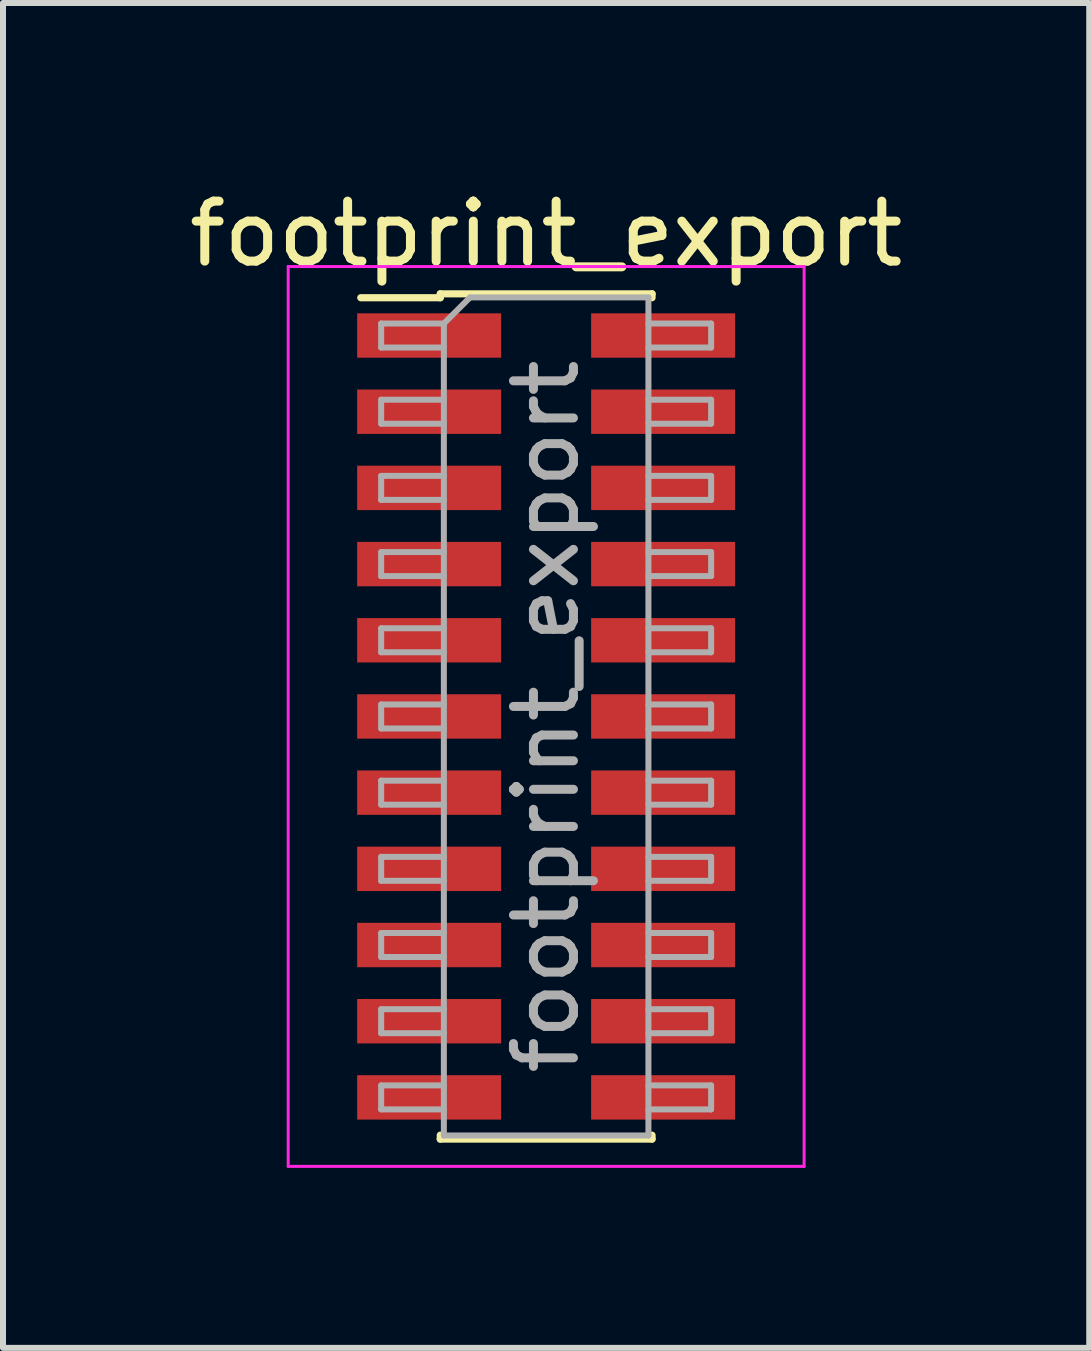
<source format=kicad_pcb>
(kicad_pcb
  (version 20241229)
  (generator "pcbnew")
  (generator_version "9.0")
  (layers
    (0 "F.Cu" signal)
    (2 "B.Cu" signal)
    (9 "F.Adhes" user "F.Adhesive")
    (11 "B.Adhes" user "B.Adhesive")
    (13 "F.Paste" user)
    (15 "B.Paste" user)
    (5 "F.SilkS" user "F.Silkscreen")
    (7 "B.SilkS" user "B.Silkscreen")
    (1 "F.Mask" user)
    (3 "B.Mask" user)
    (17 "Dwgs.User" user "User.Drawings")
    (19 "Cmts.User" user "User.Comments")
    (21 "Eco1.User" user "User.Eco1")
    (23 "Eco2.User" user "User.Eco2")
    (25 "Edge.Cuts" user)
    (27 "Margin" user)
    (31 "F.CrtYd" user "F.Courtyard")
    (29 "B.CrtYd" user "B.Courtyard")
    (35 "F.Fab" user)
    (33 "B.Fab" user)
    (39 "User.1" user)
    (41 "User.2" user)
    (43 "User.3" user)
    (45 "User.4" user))
  (footprint "footprint_export"
    (layer "F.Cu")
    (at 6.054 8.893)
    (property "Reference" "footprint_export" (at 0 -8.045 0) (layer "F.SilkS") (effects (font (size 1 1) (thickness 0.15))))
    (attr smd)
    (fp_line (start -3.09 -6.98) (end -1.765 -6.98) (stroke (width 0.12) (type solid)) (layer "F.SilkS"))
    (fp_line (start -1.765 -7.045) (end -1.765 -6.98) (stroke (width 0.12) (type solid)) (layer "F.SilkS"))
    (fp_line (start -1.765 -7.045) (end 1.765 -7.045) (stroke (width 0.12) (type solid)) (layer "F.SilkS"))
    (fp_line (start -1.765 6.98) (end -1.765 7.045) (stroke (width 0.12) (type solid)) (layer "F.SilkS"))
    (fp_line (start -1.765 7.045) (end 1.765 7.045) (stroke (width 0.12) (type solid)) (layer "F.SilkS"))
    (fp_line (start 1.765 -7.045) (end 1.765 -6.98) (stroke (width 0.12) (type solid)) (layer "F.SilkS"))
    (fp_line (start 1.765 6.98) (end 1.765 7.045) (stroke (width 0.12) (type solid)) (layer "F.SilkS"))
    (fp_line (start -4.3 -7.5) (end -4.3 7.5) (stroke (width 0.05) (type solid)) (layer "F.CrtYd"))
    (fp_line (start -4.3 7.5) (end 4.3 7.5) (stroke (width 0.05) (type solid)) (layer "F.CrtYd"))
    (fp_line (start 4.3 -7.5) (end -4.3 -7.5) (stroke (width 0.05) (type solid)) (layer "F.CrtYd"))
    (fp_line (start 4.3 7.5) (end 4.3 -7.5) (stroke (width 0.05) (type solid)) (layer "F.CrtYd"))
    (fp_line (start -2.75 -6.55) (end -2.75 -6.15) (stroke (width 0.1) (type solid)) (layer "F.Fab"))
    (fp_line (start -2.75 -6.15) (end -1.705 -6.15) (stroke (width 0.1) (type solid)) (layer "F.Fab"))
    (fp_line (start -2.75 -5.28) (end -2.75 -4.88) (stroke (width 0.1) (type solid)) (layer "F.Fab"))
    (fp_line (start -2.75 -4.88) (end -1.705 -4.88) (stroke (width 0.1) (type solid)) (layer "F.Fab"))
    (fp_line (start -2.75 -4.01) (end -2.75 -3.61) (stroke (width 0.1) (type solid)) (layer "F.Fab"))
    (fp_line (start -2.75 -3.61) (end -1.705 -3.61) (stroke (width 0.1) (type solid)) (layer "F.Fab"))
    (fp_line (start -2.75 -2.74) (end -2.75 -2.34) (stroke (width 0.1) (type solid)) (layer "F.Fab"))
    (fp_line (start -2.75 -2.34) (end -1.705 -2.34) (stroke (width 0.1) (type solid)) (layer "F.Fab"))
    (fp_line (start -2.75 -1.47) (end -2.75 -1.07) (stroke (width 0.1) (type solid)) (layer "F.Fab"))
    (fp_line (start -2.75 -1.07) (end -1.705 -1.07) (stroke (width 0.1) (type solid)) (layer "F.Fab"))
    (fp_line (start -2.75 -0.2) (end -2.75 0.2) (stroke (width 0.1) (type solid)) (layer "F.Fab"))
    (fp_line (start -2.75 0.2) (end -1.705 0.2) (stroke (width 0.1) (type solid)) (layer "F.Fab"))
    (fp_line (start -2.75 1.07) (end -2.75 1.47) (stroke (width 0.1) (type solid)) (layer "F.Fab"))
    (fp_line (start -2.75 1.47) (end -1.705 1.47) (stroke (width 0.1) (type solid)) (layer "F.Fab"))
    (fp_line (start -2.75 2.34) (end -2.75 2.74) (stroke (width 0.1) (type solid)) (layer "F.Fab"))
    (fp_line (start -2.75 2.74) (end -1.705 2.74) (stroke (width 0.1) (type solid)) (layer "F.Fab"))
    (fp_line (start -2.75 3.61) (end -2.75 4.01) (stroke (width 0.1) (type solid)) (layer "F.Fab"))
    (fp_line (start -2.75 4.01) (end -1.705 4.01) (stroke (width 0.1) (type solid)) (layer "F.Fab"))
    (fp_line (start -2.75 4.88) (end -2.75 5.28) (stroke (width 0.1) (type solid)) (layer "F.Fab"))
    (fp_line (start -2.75 5.28) (end -1.705 5.28) (stroke (width 0.1) (type solid)) (layer "F.Fab"))
    (fp_line (start -2.75 6.15) (end -2.75 6.55) (stroke (width 0.1) (type solid)) (layer "F.Fab"))
    (fp_line (start -2.75 6.55) (end -1.705 6.55) (stroke (width 0.1) (type solid)) (layer "F.Fab"))
    (fp_line (start -1.705 -6.55) (end -2.75 -6.55) (stroke (width 0.1) (type solid)) (layer "F.Fab"))
    (fp_line (start -1.705 -6.55) (end -1.27 -6.985) (stroke (width 0.1) (type solid)) (layer "F.Fab"))
    (fp_line (start -1.705 -5.28) (end -2.75 -5.28) (stroke (width 0.1) (type solid)) (layer "F.Fab"))
    (fp_line (start -1.705 -4.01) (end -2.75 -4.01) (stroke (width 0.1) (type solid)) (layer "F.Fab"))
    (fp_line (start -1.705 -2.74) (end -2.75 -2.74) (stroke (width 0.1) (type solid)) (layer "F.Fab"))
    (fp_line (start -1.705 -1.47) (end -2.75 -1.47) (stroke (width 0.1) (type solid)) (layer "F.Fab"))
    (fp_line (start -1.705 -0.2) (end -2.75 -0.2) (stroke (width 0.1) (type solid)) (layer "F.Fab"))
    (fp_line (start -1.705 1.07) (end -2.75 1.07) (stroke (width 0.1) (type solid)) (layer "F.Fab"))
    (fp_line (start -1.705 2.34) (end -2.75 2.34) (stroke (width 0.1) (type solid)) (layer "F.Fab"))
    (fp_line (start -1.705 3.61) (end -2.75 3.61) (stroke (width 0.1) (type solid)) (layer "F.Fab"))
    (fp_line (start -1.705 4.88) (end -2.75 4.88) (stroke (width 0.1) (type solid)) (layer "F.Fab"))
    (fp_line (start -1.705 6.15) (end -2.75 6.15) (stroke (width 0.1) (type solid)) (layer "F.Fab"))
    (fp_line (start -1.705 6.985) (end -1.705 -6.55) (stroke (width 0.1) (type solid)) (layer "F.Fab"))
    (fp_line (start -1.27 -6.985) (end 1.705 -6.985) (stroke (width 0.1) (type solid)) (layer "F.Fab"))
    (fp_line (start 1.705 -6.985) (end 1.705 6.985) (stroke (width 0.1) (type solid)) (layer "F.Fab"))
    (fp_line (start 1.705 -6.55) (end 2.75 -6.55) (stroke (width 0.1) (type solid)) (layer "F.Fab"))
    (fp_line (start 1.705 -5.28) (end 2.75 -5.28) (stroke (width 0.1) (type solid)) (layer "F.Fab"))
    (fp_line (start 1.705 -4.01) (end 2.75 -4.01) (stroke (width 0.1) (type solid)) (layer "F.Fab"))
    (fp_line (start 1.705 -2.74) (end 2.75 -2.74) (stroke (width 0.1) (type solid)) (layer "F.Fab"))
    (fp_line (start 1.705 -1.47) (end 2.75 -1.47) (stroke (width 0.1) (type solid)) (layer "F.Fab"))
    (fp_line (start 1.705 -0.2) (end 2.75 -0.2) (stroke (width 0.1) (type solid)) (layer "F.Fab"))
    (fp_line (start 1.705 1.07) (end 2.75 1.07) (stroke (width 0.1) (type solid)) (layer "F.Fab"))
    (fp_line (start 1.705 2.34) (end 2.75 2.34) (stroke (width 0.1) (type solid)) (layer "F.Fab"))
    (fp_line (start 1.705 3.61) (end 2.75 3.61) (stroke (width 0.1) (type solid)) (layer "F.Fab"))
    (fp_line (start 1.705 4.88) (end 2.75 4.88) (stroke (width 0.1) (type solid)) (layer "F.Fab"))
    (fp_line (start 1.705 6.15) (end 2.75 6.15) (stroke (width 0.1) (type solid)) (layer "F.Fab"))
    (fp_line (start 1.705 6.985) (end -1.705 6.985) (stroke (width 0.1) (type solid)) (layer "F.Fab"))
    (fp_line (start 2.75 -6.55) (end 2.75 -6.15) (stroke (width 0.1) (type solid)) (layer "F.Fab"))
    (fp_line (start 2.75 -6.15) (end 1.705 -6.15) (stroke (width 0.1) (type solid)) (layer "F.Fab"))
    (fp_line (start 2.75 -5.28) (end 2.75 -4.88) (stroke (width 0.1) (type solid)) (layer "F.Fab"))
    (fp_line (start 2.75 -4.88) (end 1.705 -4.88) (stroke (width 0.1) (type solid)) (layer "F.Fab"))
    (fp_line (start 2.75 -4.01) (end 2.75 -3.61) (stroke (width 0.1) (type solid)) (layer "F.Fab"))
    (fp_line (start 2.75 -3.61) (end 1.705 -3.61) (stroke (width 0.1) (type solid)) (layer "F.Fab"))
    (fp_line (start 2.75 -2.74) (end 2.75 -2.34) (stroke (width 0.1) (type solid)) (layer "F.Fab"))
    (fp_line (start 2.75 -2.34) (end 1.705 -2.34) (stroke (width 0.1) (type solid)) (layer "F.Fab"))
    (fp_line (start 2.75 -1.47) (end 2.75 -1.07) (stroke (width 0.1) (type solid)) (layer "F.Fab"))
    (fp_line (start 2.75 -1.07) (end 1.705 -1.07) (stroke (width 0.1) (type solid)) (layer "F.Fab"))
    (fp_line (start 2.75 -0.2) (end 2.75 0.2) (stroke (width 0.1) (type solid)) (layer "F.Fab"))
    (fp_line (start 2.75 0.2) (end 1.705 0.2) (stroke (width 0.1) (type solid)) (layer "F.Fab"))
    (fp_line (start 2.75 1.07) (end 2.75 1.47) (stroke (width 0.1) (type solid)) (layer "F.Fab"))
    (fp_line (start 2.75 1.47) (end 1.705 1.47) (stroke (width 0.1) (type solid)) (layer "F.Fab"))
    (fp_line (start 2.75 2.34) (end 2.75 2.74) (stroke (width 0.1) (type solid)) (layer "F.Fab"))
    (fp_line (start 2.75 2.74) (end 1.705 2.74) (stroke (width 0.1) (type solid)) (layer "F.Fab"))
    (fp_line (start 2.75 3.61) (end 2.75 4.01) (stroke (width 0.1) (type solid)) (layer "F.Fab"))
    (fp_line (start 2.75 4.01) (end 1.705 4.01) (stroke (width 0.1) (type solid)) (layer "F.Fab"))
    (fp_line (start 2.75 4.88) (end 2.75 5.28) (stroke (width 0.1) (type solid)) (layer "F.Fab"))
    (fp_line (start 2.75 5.28) (end 1.705 5.28) (stroke (width 0.1) (type solid)) (layer "F.Fab"))
    (fp_line (start 2.75 6.15) (end 2.75 6.55) (stroke (width 0.1) (type solid)) (layer "F.Fab"))
    (fp_line (start 2.75 6.55) (end 1.705 6.55) (stroke (width 0.1) (type solid)) (layer "F.Fab"))
    (fp_text user "${REFERENCE}" (at 0 0 90) (layer "F.Fab") (effects (font (size 1 1) (thickness 0.15))))
    (pad "1" smd rect (at -1.95 -6.35) (size 2.4 0.74) (layers "F.Cu" "F.Mask" "F.Paste"))
    (pad "2" smd rect (at 1.95 -6.35) (size 2.4 0.74) (layers "F.Cu" "F.Mask" "F.Paste"))
    (pad "3" smd rect (at -1.95 -5.08) (size 2.4 0.74) (layers "F.Cu" "F.Mask" "F.Paste"))
    (pad "4" smd rect (at 1.95 -5.08) (size 2.4 0.74) (layers "F.Cu" "F.Mask" "F.Paste"))
    (pad "5" smd rect (at -1.95 -3.81) (size 2.4 0.74) (layers "F.Cu" "F.Mask" "F.Paste"))
    (pad "6" smd rect (at 1.95 -3.81) (size 2.4 0.74) (layers "F.Cu" "F.Mask" "F.Paste"))
    (pad "7" smd rect (at -1.95 -2.54) (size 2.4 0.74) (layers "F.Cu" "F.Mask" "F.Paste"))
    (pad "8" smd rect (at 1.95 -2.54) (size 2.4 0.74) (layers "F.Cu" "F.Mask" "F.Paste"))
    (pad "9" smd rect (at -1.95 -1.27) (size 2.4 0.74) (layers "F.Cu" "F.Mask" "F.Paste"))
    (pad "10" smd rect (at 1.95 -1.27) (size 2.4 0.74) (layers "F.Cu" "F.Mask" "F.Paste"))
    (pad "11" smd rect (at -1.95 0) (size 2.4 0.74) (layers "F.Cu" "F.Mask" "F.Paste"))
    (pad "12" smd rect (at 1.95 0) (size 2.4 0.74) (layers "F.Cu" "F.Mask" "F.Paste"))
    (pad "13" smd rect (at -1.95 1.27) (size 2.4 0.74) (layers "F.Cu" "F.Mask" "F.Paste"))
    (pad "14" smd rect (at 1.95 1.27) (size 2.4 0.74) (layers "F.Cu" "F.Mask" "F.Paste"))
    (pad "15" smd rect (at -1.95 2.54) (size 2.4 0.74) (layers "F.Cu" "F.Mask" "F.Paste"))
    (pad "16" smd rect (at 1.95 2.54) (size 2.4 0.74) (layers "F.Cu" "F.Mask" "F.Paste"))
    (pad "17" smd rect (at -1.95 3.81) (size 2.4 0.74) (layers "F.Cu" "F.Mask" "F.Paste"))
    (pad "18" smd rect (at 1.95 3.81) (size 2.4 0.74) (layers "F.Cu" "F.Mask" "F.Paste"))
    (pad "19" smd rect (at -1.95 5.08) (size 2.4 0.74) (layers "F.Cu" "F.Mask" "F.Paste"))
    (pad "20" smd rect (at 1.95 5.08) (size 2.4 0.74) (layers "F.Cu" "F.Mask" "F.Paste"))
    (pad "21" smd rect (at -1.95 6.35) (size 2.4 0.74) (layers "F.Cu" "F.Mask" "F.Paste"))
    (pad "22" smd rect (at 1.95 6.35) (size 2.4 0.74) (layers "F.Cu" "F.Mask" "F.Paste")))
  (gr_rect
    (start -3 -3)
    (end 15.107 19.418)
    (stroke (width 0.1) (type default))
    (fill no)
    (layer "Edge.Cuts")))
</source>
